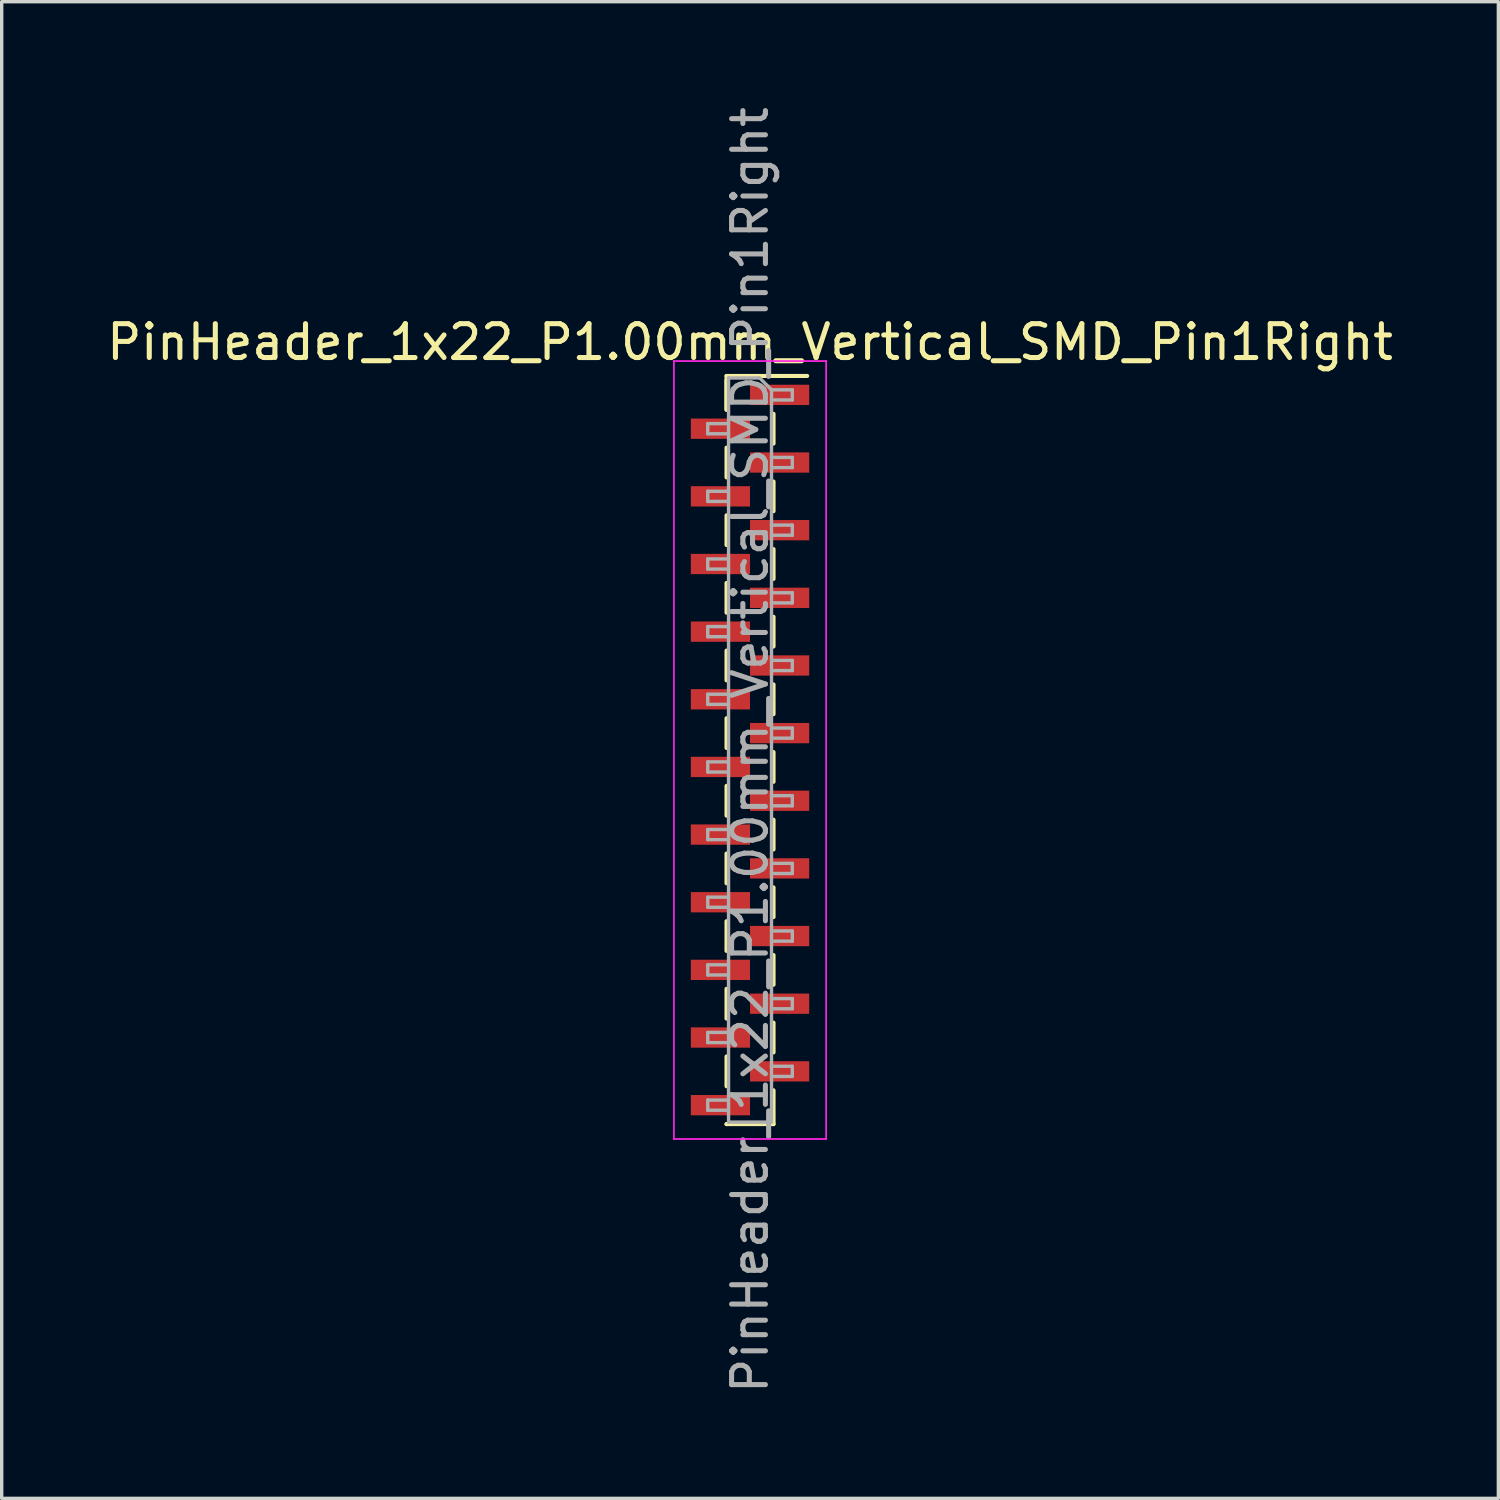
<source format=kicad_pcb>
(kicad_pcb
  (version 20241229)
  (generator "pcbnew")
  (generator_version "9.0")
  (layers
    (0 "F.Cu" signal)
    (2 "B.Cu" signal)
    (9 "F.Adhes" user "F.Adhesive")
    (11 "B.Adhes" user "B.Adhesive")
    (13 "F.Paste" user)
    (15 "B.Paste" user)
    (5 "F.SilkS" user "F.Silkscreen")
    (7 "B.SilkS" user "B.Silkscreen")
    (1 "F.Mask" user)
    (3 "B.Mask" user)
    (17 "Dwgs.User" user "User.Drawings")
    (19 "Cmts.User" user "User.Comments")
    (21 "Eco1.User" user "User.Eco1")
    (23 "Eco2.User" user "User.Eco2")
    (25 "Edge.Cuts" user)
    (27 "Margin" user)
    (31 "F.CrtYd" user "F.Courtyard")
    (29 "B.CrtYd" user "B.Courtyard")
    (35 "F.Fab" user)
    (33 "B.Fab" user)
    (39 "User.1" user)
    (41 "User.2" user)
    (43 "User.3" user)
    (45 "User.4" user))
  (footprint "PinHeader_1x22_P1.00mm_Vertical_SMD_Pin1Right"
    (layer "F.Cu")
    (at 19.125 19.125)
    (property "Reference" "PinHeader_1x22_P1.00mm_Vertical_SMD_Pin1Right" (at 0 -12.06 0) (layer "F.SilkS") (effects (font (size 1 1) (thickness 0.15))))
    (attr smd)
    (fp_line (start -0.695 -11.06) (end -0.695 -10.06) (stroke (width 0.12) (type solid)) (layer "F.SilkS"))
    (fp_line (start -0.695 -11.06) (end 0.695 -11.06) (stroke (width 0.12) (type solid)) (layer "F.SilkS"))
    (fp_line (start -0.695 -10.94) (end -0.695 -10.06) (stroke (width 0.12) (type solid)) (layer "F.SilkS"))
    (fp_line (start -0.695 -8.94) (end -0.695 -8.06) (stroke (width 0.12) (type solid)) (layer "F.SilkS"))
    (fp_line (start -0.695 -6.94) (end -0.695 -6.06) (stroke (width 0.12) (type solid)) (layer "F.SilkS"))
    (fp_line (start -0.695 -4.94) (end -0.695 -4.06) (stroke (width 0.12) (type solid)) (layer "F.SilkS"))
    (fp_line (start -0.695 -2.94) (end -0.695 -2.06) (stroke (width 0.12) (type solid)) (layer "F.SilkS"))
    (fp_line (start -0.695 -0.94) (end -0.695 -0.06) (stroke (width 0.12) (type solid)) (layer "F.SilkS"))
    (fp_line (start -0.695 1.06) (end -0.695 1.94) (stroke (width 0.12) (type solid)) (layer "F.SilkS"))
    (fp_line (start -0.695 3.06) (end -0.695 3.94) (stroke (width 0.12) (type solid)) (layer "F.SilkS"))
    (fp_line (start -0.695 5.06) (end -0.695 5.94) (stroke (width 0.12) (type solid)) (layer "F.SilkS"))
    (fp_line (start -0.695 7.06) (end -0.695 7.94) (stroke (width 0.12) (type solid)) (layer "F.SilkS"))
    (fp_line (start -0.695 9.06) (end -0.695 9.94) (stroke (width 0.12) (type solid)) (layer "F.SilkS"))
    (fp_line (start -0.695 11.06) (end -0.695 11.06) (stroke (width 0.12) (type solid)) (layer "F.SilkS"))
    (fp_line (start -0.695 11.06) (end 0.695 11.06) (stroke (width 0.12) (type solid)) (layer "F.SilkS"))
    (fp_line (start 0.695 -11.06) (end 0.695 -11.06) (stroke (width 0.12) (type solid)) (layer "F.SilkS"))
    (fp_line (start 0.695 -11.06) (end 1.69 -11.06) (stroke (width 0.12) (type solid)) (layer "F.SilkS"))
    (fp_line (start 0.695 -9.94) (end 0.695 -9.06) (stroke (width 0.12) (type solid)) (layer "F.SilkS"))
    (fp_line (start 0.695 -7.94) (end 0.695 -7.06) (stroke (width 0.12) (type solid)) (layer "F.SilkS"))
    (fp_line (start 0.695 -5.94) (end 0.695 -5.06) (stroke (width 0.12) (type solid)) (layer "F.SilkS"))
    (fp_line (start 0.695 -3.94) (end 0.695 -3.06) (stroke (width 0.12) (type solid)) (layer "F.SilkS"))
    (fp_line (start 0.695 -1.94) (end 0.695 -1.06) (stroke (width 0.12) (type solid)) (layer "F.SilkS"))
    (fp_line (start 0.695 0.06) (end 0.695 0.94) (stroke (width 0.12) (type solid)) (layer "F.SilkS"))
    (fp_line (start 0.695 2.06) (end 0.695 2.94) (stroke (width 0.12) (type solid)) (layer "F.SilkS"))
    (fp_line (start 0.695 4.06) (end 0.695 4.94) (stroke (width 0.12) (type solid)) (layer "F.SilkS"))
    (fp_line (start 0.695 6.06) (end 0.695 6.94) (stroke (width 0.12) (type solid)) (layer "F.SilkS"))
    (fp_line (start 0.695 8.06) (end 0.695 8.94) (stroke (width 0.12) (type solid)) (layer "F.SilkS"))
    (fp_line (start 0.695 10.06) (end 0.695 11.06) (stroke (width 0.12) (type solid)) (layer "F.SilkS"))
    (fp_line (start -2.25 -11.5) (end -2.25 11.5) (stroke (width 0.05) (type solid)) (layer "F.CrtYd"))
    (fp_line (start -2.25 11.5) (end 2.25 11.5) (stroke (width 0.05) (type solid)) (layer "F.CrtYd"))
    (fp_line (start 2.25 -11.5) (end -2.25 -11.5) (stroke (width 0.05) (type solid)) (layer "F.CrtYd"))
    (fp_line (start 2.25 11.5) (end 2.25 -11.5) (stroke (width 0.05) (type solid)) (layer "F.CrtYd"))
    (fp_line (start -1.25 -9.65) (end -1.25 -9.35) (stroke (width 0.1) (type solid)) (layer "F.Fab"))
    (fp_line (start -1.25 -9.35) (end -0.635 -9.35) (stroke (width 0.1) (type solid)) (layer "F.Fab"))
    (fp_line (start -1.25 -7.65) (end -1.25 -7.35) (stroke (width 0.1) (type solid)) (layer "F.Fab"))
    (fp_line (start -1.25 -7.35) (end -0.635 -7.35) (stroke (width 0.1) (type solid)) (layer "F.Fab"))
    (fp_line (start -1.25 -5.65) (end -1.25 -5.35) (stroke (width 0.1) (type solid)) (layer "F.Fab"))
    (fp_line (start -1.25 -5.35) (end -0.635 -5.35) (stroke (width 0.1) (type solid)) (layer "F.Fab"))
    (fp_line (start -1.25 -3.65) (end -1.25 -3.35) (stroke (width 0.1) (type solid)) (layer "F.Fab"))
    (fp_line (start -1.25 -3.35) (end -0.635 -3.35) (stroke (width 0.1) (type solid)) (layer "F.Fab"))
    (fp_line (start -1.25 -1.65) (end -1.25 -1.35) (stroke (width 0.1) (type solid)) (layer "F.Fab"))
    (fp_line (start -1.25 -1.35) (end -0.635 -1.35) (stroke (width 0.1) (type solid)) (layer "F.Fab"))
    (fp_line (start -1.25 0.35) (end -1.25 0.65) (stroke (width 0.1) (type solid)) (layer "F.Fab"))
    (fp_line (start -1.25 0.65) (end -0.635 0.65) (stroke (width 0.1) (type solid)) (layer "F.Fab"))
    (fp_line (start -1.25 2.35) (end -1.25 2.65) (stroke (width 0.1) (type solid)) (layer "F.Fab"))
    (fp_line (start -1.25 2.65) (end -0.635 2.65) (stroke (width 0.1) (type solid)) (layer "F.Fab"))
    (fp_line (start -1.25 4.35) (end -1.25 4.65) (stroke (width 0.1) (type solid)) (layer "F.Fab"))
    (fp_line (start -1.25 4.65) (end -0.635 4.65) (stroke (width 0.1) (type solid)) (layer "F.Fab"))
    (fp_line (start -1.25 6.35) (end -1.25 6.65) (stroke (width 0.1) (type solid)) (layer "F.Fab"))
    (fp_line (start -1.25 6.65) (end -0.635 6.65) (stroke (width 0.1) (type solid)) (layer "F.Fab"))
    (fp_line (start -1.25 8.35) (end -1.25 8.65) (stroke (width 0.1) (type solid)) (layer "F.Fab"))
    (fp_line (start -1.25 8.65) (end -0.635 8.65) (stroke (width 0.1) (type solid)) (layer "F.Fab"))
    (fp_line (start -1.25 10.35) (end -1.25 10.65) (stroke (width 0.1) (type solid)) (layer "F.Fab"))
    (fp_line (start -1.25 10.65) (end -0.635 10.65) (stroke (width 0.1) (type solid)) (layer "F.Fab"))
    (fp_line (start -0.635 -11) (end -0.635 11) (stroke (width 0.1) (type solid)) (layer "F.Fab"))
    (fp_line (start -0.635 -11) (end 0.285 -11) (stroke (width 0.1) (type solid)) (layer "F.Fab"))
    (fp_line (start -0.635 -9.65) (end -1.25 -9.65) (stroke (width 0.1) (type solid)) (layer "F.Fab"))
    (fp_line (start -0.635 -7.65) (end -1.25 -7.65) (stroke (width 0.1) (type solid)) (layer "F.Fab"))
    (fp_line (start -0.635 -5.65) (end -1.25 -5.65) (stroke (width 0.1) (type solid)) (layer "F.Fab"))
    (fp_line (start -0.635 -3.65) (end -1.25 -3.65) (stroke (width 0.1) (type solid)) (layer "F.Fab"))
    (fp_line (start -0.635 -1.65) (end -1.25 -1.65) (stroke (width 0.1) (type solid)) (layer "F.Fab"))
    (fp_line (start -0.635 0.35) (end -1.25 0.35) (stroke (width 0.1) (type solid)) (layer "F.Fab"))
    (fp_line (start -0.635 2.35) (end -1.25 2.35) (stroke (width 0.1) (type solid)) (layer "F.Fab"))
    (fp_line (start -0.635 4.35) (end -1.25 4.35) (stroke (width 0.1) (type solid)) (layer "F.Fab"))
    (fp_line (start -0.635 6.35) (end -1.25 6.35) (stroke (width 0.1) (type solid)) (layer "F.Fab"))
    (fp_line (start -0.635 8.35) (end -1.25 8.35) (stroke (width 0.1) (type solid)) (layer "F.Fab"))
    (fp_line (start -0.635 10.35) (end -1.25 10.35) (stroke (width 0.1) (type solid)) (layer "F.Fab"))
    (fp_line (start 0.635 -10.65) (end 0.285 -11) (stroke (width 0.1) (type solid)) (layer "F.Fab"))
    (fp_line (start 0.635 -10.65) (end 1.25 -10.65) (stroke (width 0.1) (type solid)) (layer "F.Fab"))
    (fp_line (start 0.635 -8.65) (end 1.25 -8.65) (stroke (width 0.1) (type solid)) (layer "F.Fab"))
    (fp_line (start 0.635 -6.65) (end 1.25 -6.65) (stroke (width 0.1) (type solid)) (layer "F.Fab"))
    (fp_line (start 0.635 -4.65) (end 1.25 -4.65) (stroke (width 0.1) (type solid)) (layer "F.Fab"))
    (fp_line (start 0.635 -2.65) (end 1.25 -2.65) (stroke (width 0.1) (type solid)) (layer "F.Fab"))
    (fp_line (start 0.635 -0.65) (end 1.25 -0.65) (stroke (width 0.1) (type solid)) (layer "F.Fab"))
    (fp_line (start 0.635 1.35) (end 1.25 1.35) (stroke (width 0.1) (type solid)) (layer "F.Fab"))
    (fp_line (start 0.635 3.35) (end 1.25 3.35) (stroke (width 0.1) (type solid)) (layer "F.Fab"))
    (fp_line (start 0.635 5.35) (end 1.25 5.35) (stroke (width 0.1) (type solid)) (layer "F.Fab"))
    (fp_line (start 0.635 7.35) (end 1.25 7.35) (stroke (width 0.1) (type solid)) (layer "F.Fab"))
    (fp_line (start 0.635 9.35) (end 1.25 9.35) (stroke (width 0.1) (type solid)) (layer "F.Fab"))
    (fp_line (start 0.635 11) (end -0.635 11) (stroke (width 0.1) (type solid)) (layer "F.Fab"))
    (fp_line (start 0.635 11) (end 0.635 -10.65) (stroke (width 0.1) (type solid)) (layer "F.Fab"))
    (fp_line (start 1.25 -10.65) (end 1.25 -10.35) (stroke (width 0.1) (type solid)) (layer "F.Fab"))
    (fp_line (start 1.25 -10.35) (end 0.635 -10.35) (stroke (width 0.1) (type solid)) (layer "F.Fab"))
    (fp_line (start 1.25 -8.65) (end 1.25 -8.35) (stroke (width 0.1) (type solid)) (layer "F.Fab"))
    (fp_line (start 1.25 -8.35) (end 0.635 -8.35) (stroke (width 0.1) (type solid)) (layer "F.Fab"))
    (fp_line (start 1.25 -6.65) (end 1.25 -6.35) (stroke (width 0.1) (type solid)) (layer "F.Fab"))
    (fp_line (start 1.25 -6.35) (end 0.635 -6.35) (stroke (width 0.1) (type solid)) (layer "F.Fab"))
    (fp_line (start 1.25 -4.65) (end 1.25 -4.35) (stroke (width 0.1) (type solid)) (layer "F.Fab"))
    (fp_line (start 1.25 -4.35) (end 0.635 -4.35) (stroke (width 0.1) (type solid)) (layer "F.Fab"))
    (fp_line (start 1.25 -2.65) (end 1.25 -2.35) (stroke (width 0.1) (type solid)) (layer "F.Fab"))
    (fp_line (start 1.25 -2.35) (end 0.635 -2.35) (stroke (width 0.1) (type solid)) (layer "F.Fab"))
    (fp_line (start 1.25 -0.65) (end 1.25 -0.35) (stroke (width 0.1) (type solid)) (layer "F.Fab"))
    (fp_line (start 1.25 -0.35) (end 0.635 -0.35) (stroke (width 0.1) (type solid)) (layer "F.Fab"))
    (fp_line (start 1.25 1.35) (end 1.25 1.65) (stroke (width 0.1) (type solid)) (layer "F.Fab"))
    (fp_line (start 1.25 1.65) (end 0.635 1.65) (stroke (width 0.1) (type solid)) (layer "F.Fab"))
    (fp_line (start 1.25 3.35) (end 1.25 3.65) (stroke (width 0.1) (type solid)) (layer "F.Fab"))
    (fp_line (start 1.25 3.65) (end 0.635 3.65) (stroke (width 0.1) (type solid)) (layer "F.Fab"))
    (fp_line (start 1.25 5.35) (end 1.25 5.65) (stroke (width 0.1) (type solid)) (layer "F.Fab"))
    (fp_line (start 1.25 5.65) (end 0.635 5.65) (stroke (width 0.1) (type solid)) (layer "F.Fab"))
    (fp_line (start 1.25 7.35) (end 1.25 7.65) (stroke (width 0.1) (type solid)) (layer "F.Fab"))
    (fp_line (start 1.25 7.65) (end 0.635 7.65) (stroke (width 0.1) (type solid)) (layer "F.Fab"))
    (fp_line (start 1.25 9.35) (end 1.25 9.65) (stroke (width 0.1) (type solid)) (layer "F.Fab"))
    (fp_line (start 1.25 9.65) (end 0.635 9.65) (stroke (width 0.1) (type solid)) (layer "F.Fab"))
    (fp_text user "${REFERENCE}" (at 0 0 90) (layer "F.Fab") (effects (font (size 1 1) (thickness 0.15))))
    (pad "1" smd rect (at 0.875 -10.5) (size 1.75 0.6) (layers "F.Cu" "F.Mask" "F.Paste"))
    (pad "2" smd rect (at -0.875 -9.5) (size 1.75 0.6) (layers "F.Cu" "F.Mask" "F.Paste"))
    (pad "3" smd rect (at 0.875 -8.5) (size 1.75 0.6) (layers "F.Cu" "F.Mask" "F.Paste"))
    (pad "4" smd rect (at -0.875 -7.5) (size 1.75 0.6) (layers "F.Cu" "F.Mask" "F.Paste"))
    (pad "5" smd rect (at 0.875 -6.5) (size 1.75 0.6) (layers "F.Cu" "F.Mask" "F.Paste"))
    (pad "6" smd rect (at -0.875 -5.5) (size 1.75 0.6) (layers "F.Cu" "F.Mask" "F.Paste"))
    (pad "7" smd rect (at 0.875 -4.5) (size 1.75 0.6) (layers "F.Cu" "F.Mask" "F.Paste"))
    (pad "8" smd rect (at -0.875 -3.5) (size 1.75 0.6) (layers "F.Cu" "F.Mask" "F.Paste"))
    (pad "9" smd rect (at 0.875 -2.5) (size 1.75 0.6) (layers "F.Cu" "F.Mask" "F.Paste"))
    (pad "10" smd rect (at -0.875 -1.5) (size 1.75 0.6) (layers "F.Cu" "F.Mask" "F.Paste"))
    (pad "11" smd rect (at 0.875 -0.5) (size 1.75 0.6) (layers "F.Cu" "F.Mask" "F.Paste"))
    (pad "12" smd rect (at -0.875 0.5) (size 1.75 0.6) (layers "F.Cu" "F.Mask" "F.Paste"))
    (pad "13" smd rect (at 0.875 1.5) (size 1.75 0.6) (layers "F.Cu" "F.Mask" "F.Paste"))
    (pad "14" smd rect (at -0.875 2.5) (size 1.75 0.6) (layers "F.Cu" "F.Mask" "F.Paste"))
    (pad "15" smd rect (at 0.875 3.5) (size 1.75 0.6) (layers "F.Cu" "F.Mask" "F.Paste"))
    (pad "16" smd rect (at -0.875 4.5) (size 1.75 0.6) (layers "F.Cu" "F.Mask" "F.Paste"))
    (pad "17" smd rect (at 0.875 5.5) (size 1.75 0.6) (layers "F.Cu" "F.Mask" "F.Paste"))
    (pad "18" smd rect (at -0.875 6.5) (size 1.75 0.6) (layers "F.Cu" "F.Mask" "F.Paste"))
    (pad "19" smd rect (at 0.875 7.5) (size 1.75 0.6) (layers "F.Cu" "F.Mask" "F.Paste"))
    (pad "20" smd rect (at -0.875 8.5) (size 1.75 0.6) (layers "F.Cu" "F.Mask" "F.Paste"))
    (pad "21" smd rect (at 0.875 9.5) (size 1.75 0.6) (layers "F.Cu" "F.Mask" "F.Paste"))
    (pad "22" smd rect (at -0.875 10.5) (size 1.75 0.6) (layers "F.Cu" "F.Mask" "F.Paste")))
  (gr_rect
    (start -3 -3)
    (end 41.25 41.25)
    (stroke (width 0.1) (type default))
    (fill no)
    (layer "Edge.Cuts")))
</source>
